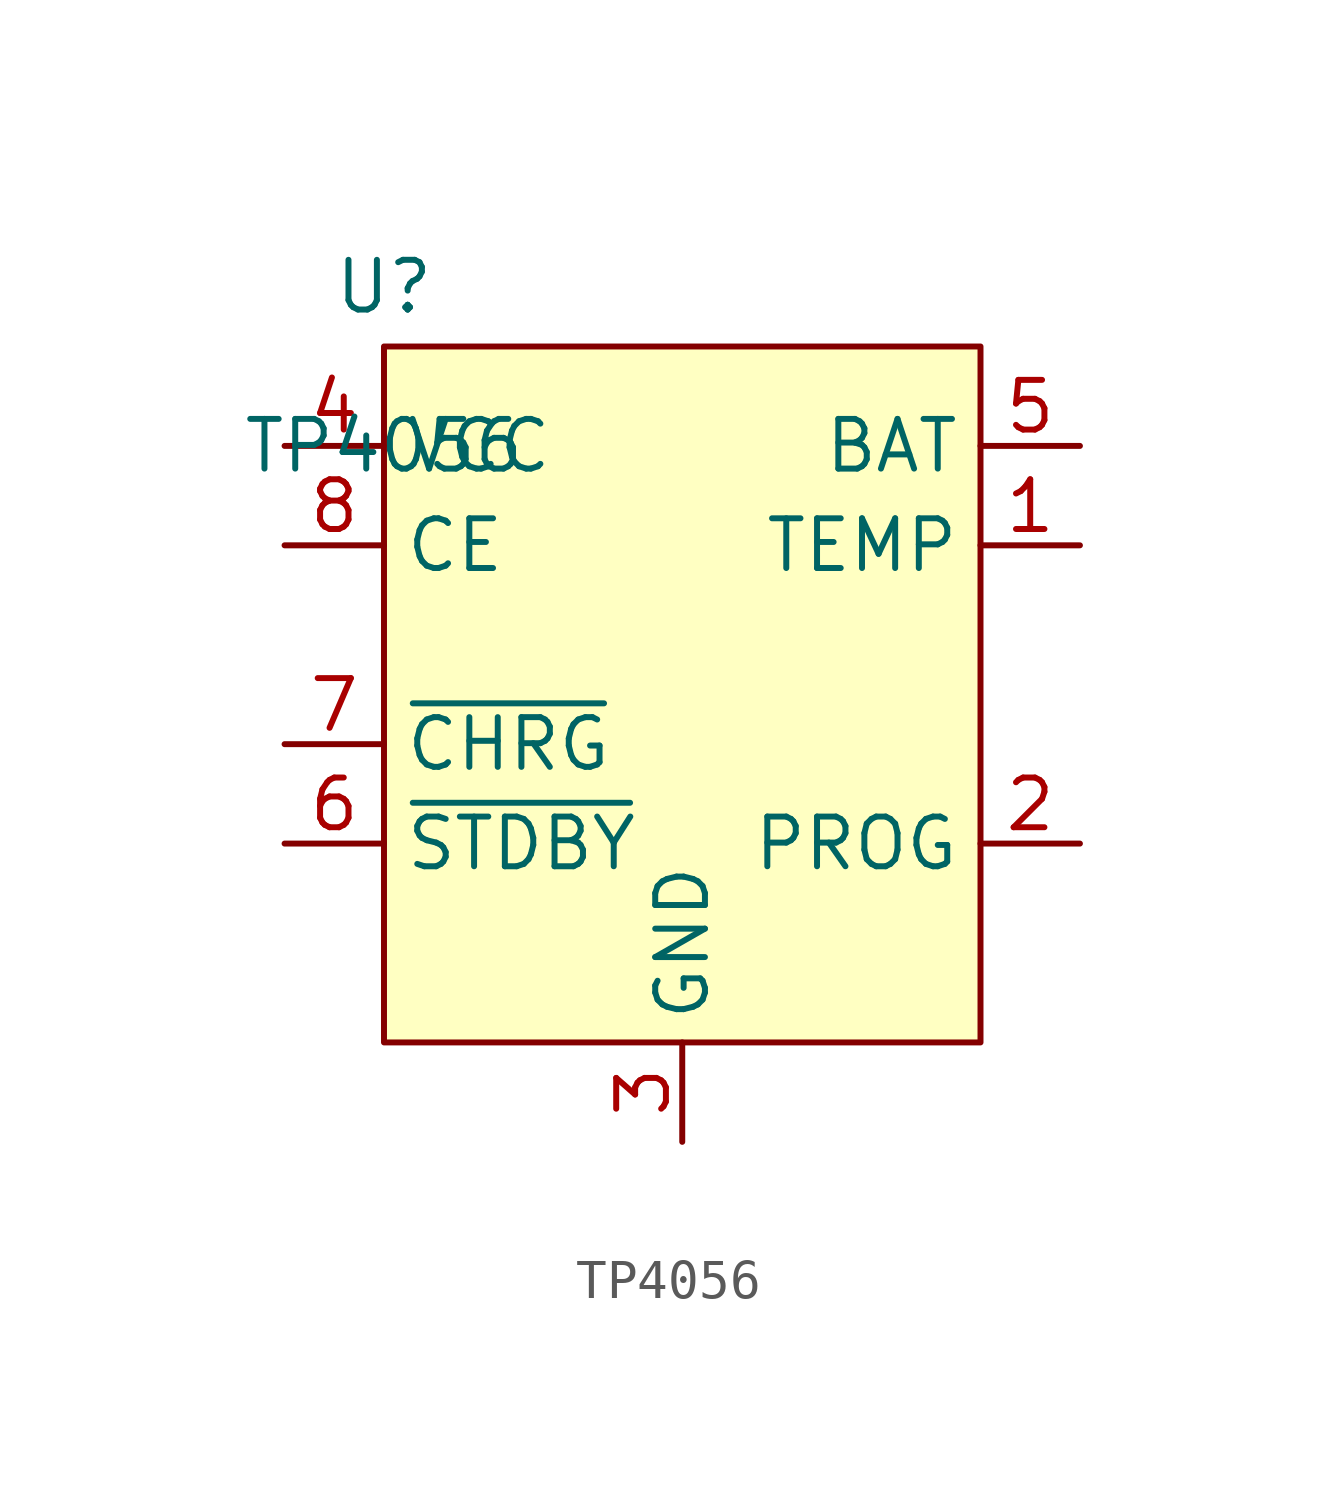
<source format=kicad_sym>
(kicad_symbol_lib
  (version 20231120)
  (generator "kicad_symbol_editor")
  (generator_version "8.0")
  (symbol "TP4056"
    (property "Reference" "U"
      (at -7.62 10.414 0)
      (effects (font (size 1.27 1.27))))
    (property "Value" "TP4056"
      (at -7.62 6.35 0)
      (effects (font (size 1.27 1.27))))
    (symbol "TP4056_1_1"
      (rectangle (start -7.62 8.89) (end 7.62 -8.89) (stroke (width 0) (type default)) (fill (type background)))
      (pin input line (at 10.16 3.81 180) (length 2.54) (name "TEMP" (effects (font (size 1.27 1.27)))) (number "1" (effects (font (size 1.27 1.27)))))
      (pin input line (at 10.16 -3.81 180) (length 2.54) (name "PROG" (effects (font (size 1.27 1.27)))) (number "2" (effects (font (size 1.27 1.27)))))
      (pin power_in line (at 0 -11.43 90) (length 2.54) (name "GND" (effects (font (size 1.27 1.27)))) (number "3" (effects (font (size 1.27 1.27)))))
      (pin power_in line (at -10.16 6.35 0) (length 2.54) (name "VCC" (effects (font (size 1.27 1.27)))) (number "4" (effects (font (size 1.27 1.27)))))
      (pin power_out line (at 10.16 6.35 180) (length 2.54) (name "BAT" (effects (font (size 1.27 1.27)))) (number "5" (effects (font (size 1.27 1.27)))))
      (pin output line (at -10.16 -3.81 0) (length 2.54) (name "~{STDBY}" (effects (font (size 1.27 1.27)))) (number "6" (effects (font (size 1.27 1.27)))))
      (pin output line (at -10.16 -1.27 0) (length 2.54) (name "~{CHRG}" (effects (font (size 1.27 1.27)))) (number "7" (effects (font (size 1.27 1.27)))))
      (pin input line (at -10.16 3.81 0) (length 2.54) (name "CE" (effects (font (size 1.27 1.27)))) (number "8" (effects (font (size 1.27 1.27)))))
      (pin power_in line (at 0 -11.43 90) (length 2.54) hide (name "GND" (effects (font (size 1.27 1.27)))) (number "9" (effects (font (size 1.27 1.27))))))))
</source>
